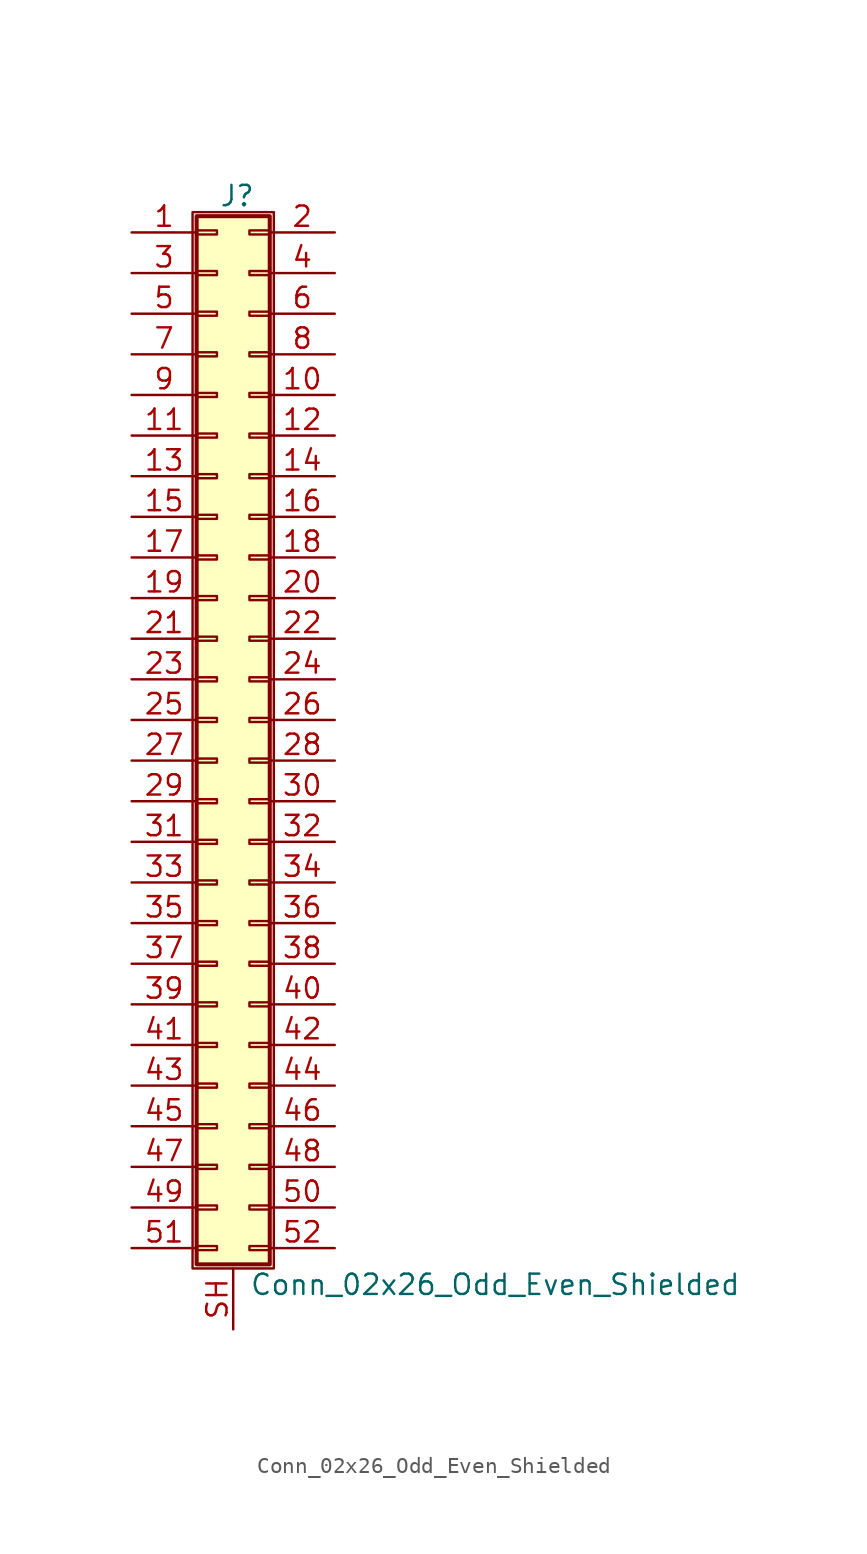
<source format=kicad_sym>
(kicad_symbol_lib
  (version 20220914)
  (generator kicad_symbol_editor)
  (symbol "Conn_02x26_Odd_Even_Shielded"
    (pin_names
      (offset 1.016) hide)
    (property "Reference" "J"
      (at 1.524 32.766 0)
      (effects (font (size 1.27 1.27))))
    (property "Value" "Conn_02x26_Odd_Even_Shielded"
      (at 2.286 -35.306 0)
      (effects (font (size 1.27 1.27)) (justify left)))
    (symbol "Conn_02x26_Odd_Even_Shielded_1_1"
      (rectangle (start -1.27 31.75) (end 3.81 -34.29) (stroke (width 0.152) (type default)) (fill (type none)))
      (rectangle (start -1.016 -32.893) (end 0.254 -33.147) (stroke (width 0.152) (type default)) (fill (type none)))
      (rectangle (start -1.016 -30.353) (end 0.254 -30.607) (stroke (width 0.152) (type default)) (fill (type none)))
      (rectangle (start -1.016 -27.813) (end 0.254 -28.067) (stroke (width 0.152) (type default)) (fill (type none)))
      (rectangle (start -1.016 -25.273) (end 0.254 -25.527) (stroke (width 0.152) (type default)) (fill (type none)))
      (rectangle (start -1.016 -22.733) (end 0.254 -22.987) (stroke (width 0.152) (type default)) (fill (type none)))
      (rectangle (start -1.016 -20.193) (end 0.254 -20.447) (stroke (width 0.152) (type default)) (fill (type none)))
      (rectangle (start -1.016 -17.653) (end 0.254 -17.907) (stroke (width 0.152) (type default)) (fill (type none)))
      (rectangle (start -1.016 -15.113) (end 0.254 -15.367) (stroke (width 0.152) (type default)) (fill (type none)))
      (rectangle (start -1.016 -12.573) (end 0.254 -12.827) (stroke (width 0.152) (type default)) (fill (type none)))
      (rectangle (start -1.016 -10.033) (end 0.254 -10.287) (stroke (width 0.152) (type default)) (fill (type none)))
      (rectangle (start -1.016 -7.493) (end 0.254 -7.747) (stroke (width 0.152) (type default)) (fill (type none)))
      (rectangle (start -1.016 -4.953) (end 0.254 -5.207) (stroke (width 0.152) (type default)) (fill (type none)))
      (rectangle (start -1.016 -2.413) (end 0.254 -2.667) (stroke (width 0.152) (type default)) (fill (type none)))
      (rectangle (start -1.016 0.127) (end 0.254 -0.127) (stroke (width 0.152) (type default)) (fill (type none)))
      (rectangle (start -1.016 2.667) (end 0.254 2.413) (stroke (width 0.152) (type default)) (fill (type none)))
      (rectangle (start -1.016 5.207) (end 0.254 4.953) (stroke (width 0.152) (type default)) (fill (type none)))
      (rectangle (start -1.016 7.747) (end 0.254 7.493) (stroke (width 0.152) (type default)) (fill (type none)))
      (rectangle (start -1.016 10.287) (end 0.254 10.033) (stroke (width 0.152) (type default)) (fill (type none)))
      (rectangle (start -1.016 12.827) (end 0.254 12.573) (stroke (width 0.152) (type default)) (fill (type none)))
      (rectangle (start -1.016 15.367) (end 0.254 15.113) (stroke (width 0.152) (type default)) (fill (type none)))
      (rectangle (start -1.016 17.907) (end 0.254 17.653) (stroke (width 0.152) (type default)) (fill (type none)))
      (rectangle (start -1.016 20.447) (end 0.254 20.193) (stroke (width 0.152) (type default)) (fill (type none)))
      (rectangle (start -1.016 22.987) (end 0.254 22.733) (stroke (width 0.152) (type default)) (fill (type none)))
      (rectangle (start -1.016 25.527) (end 0.254 25.273) (stroke (width 0.152) (type default)) (fill (type none)))
      (rectangle (start -1.016 28.067) (end 0.254 27.813) (stroke (width 0.152) (type default)) (fill (type none)))
      (rectangle (start -1.016 30.607) (end 0.254 30.353) (stroke (width 0.152) (type default)) (fill (type none)))
      (rectangle (start -1.016 31.496) (end 3.556 -34.036) (stroke (width 0.254) (type default)) (fill (type background)))
      (rectangle (start 3.556 -32.893) (end 2.286 -33.147) (stroke (width 0.152) (type default)) (fill (type none)))
      (rectangle (start 3.556 -30.353) (end 2.286 -30.607) (stroke (width 0.152) (type default)) (fill (type none)))
      (rectangle (start 3.556 -27.813) (end 2.286 -28.067) (stroke (width 0.152) (type default)) (fill (type none)))
      (rectangle (start 3.556 -25.273) (end 2.286 -25.527) (stroke (width 0.152) (type default)) (fill (type none)))
      (rectangle (start 3.556 -22.733) (end 2.286 -22.987) (stroke (width 0.152) (type default)) (fill (type none)))
      (rectangle (start 3.556 -20.193) (end 2.286 -20.447) (stroke (width 0.152) (type default)) (fill (type none)))
      (rectangle (start 3.556 -17.653) (end 2.286 -17.907) (stroke (width 0.152) (type default)) (fill (type none)))
      (rectangle (start 3.556 -15.113) (end 2.286 -15.367) (stroke (width 0.152) (type default)) (fill (type none)))
      (rectangle (start 3.556 -12.573) (end 2.286 -12.827) (stroke (width 0.152) (type default)) (fill (type none)))
      (rectangle (start 3.556 -10.033) (end 2.286 -10.287) (stroke (width 0.152) (type default)) (fill (type none)))
      (rectangle (start 3.556 -7.493) (end 2.286 -7.747) (stroke (width 0.152) (type default)) (fill (type none)))
      (rectangle (start 3.556 -4.953) (end 2.286 -5.207) (stroke (width 0.152) (type default)) (fill (type none)))
      (rectangle (start 3.556 -2.413) (end 2.286 -2.667) (stroke (width 0.152) (type default)) (fill (type none)))
      (rectangle (start 3.556 0.127) (end 2.286 -0.127) (stroke (width 0.152) (type default)) (fill (type none)))
      (rectangle (start 3.556 2.667) (end 2.286 2.413) (stroke (width 0.152) (type default)) (fill (type none)))
      (rectangle (start 3.556 5.207) (end 2.286 4.953) (stroke (width 0.152) (type default)) (fill (type none)))
      (rectangle (start 3.556 7.747) (end 2.286 7.493) (stroke (width 0.152) (type default)) (fill (type none)))
      (rectangle (start 3.556 10.287) (end 2.286 10.033) (stroke (width 0.152) (type default)) (fill (type none)))
      (rectangle (start 3.556 12.827) (end 2.286 12.573) (stroke (width 0.152) (type default)) (fill (type none)))
      (rectangle (start 3.556 15.367) (end 2.286 15.113) (stroke (width 0.152) (type default)) (fill (type none)))
      (rectangle (start 3.556 17.907) (end 2.286 17.653) (stroke (width 0.152) (type default)) (fill (type none)))
      (rectangle (start 3.556 20.447) (end 2.286 20.193) (stroke (width 0.152) (type default)) (fill (type none)))
      (rectangle (start 3.556 22.987) (end 2.286 22.733) (stroke (width 0.152) (type default)) (fill (type none)))
      (rectangle (start 3.556 25.527) (end 2.286 25.273) (stroke (width 0.152) (type default)) (fill (type none)))
      (rectangle (start 3.556 28.067) (end 2.286 27.813) (stroke (width 0.152) (type default)) (fill (type none)))
      (rectangle (start 3.556 30.607) (end 2.286 30.353) (stroke (width 0.152) (type default)) (fill (type none)))
      (pin passive line (at -5.08 30.48 0) (length 4.064) (name "Pin_1" (effects (font (size 1.27 1.27)))) (number "1" (effects (font (size 1.27 1.27)))))
      (pin passive line (at 7.62 20.32 180) (length 4.064) (name "Pin_10" (effects (font (size 1.27 1.27)))) (number "10" (effects (font (size 1.27 1.27)))))
      (pin passive line (at -5.08 17.78 0) (length 4.064) (name "Pin_11" (effects (font (size 1.27 1.27)))) (number "11" (effects (font (size 1.27 1.27)))))
      (pin passive line (at 7.62 17.78 180) (length 4.064) (name "Pin_12" (effects (font (size 1.27 1.27)))) (number "12" (effects (font (size 1.27 1.27)))))
      (pin passive line (at -5.08 15.24 0) (length 4.064) (name "Pin_13" (effects (font (size 1.27 1.27)))) (number "13" (effects (font (size 1.27 1.27)))))
      (pin passive line (at 7.62 15.24 180) (length 4.064) (name "Pin_14" (effects (font (size 1.27 1.27)))) (number "14" (effects (font (size 1.27 1.27)))))
      (pin passive line (at -5.08 12.7 0) (length 4.064) (name "Pin_15" (effects (font (size 1.27 1.27)))) (number "15" (effects (font (size 1.27 1.27)))))
      (pin passive line (at 7.62 12.7 180) (length 4.064) (name "Pin_16" (effects (font (size 1.27 1.27)))) (number "16" (effects (font (size 1.27 1.27)))))
      (pin passive line (at -5.08 10.16 0) (length 4.064) (name "Pin_17" (effects (font (size 1.27 1.27)))) (number "17" (effects (font (size 1.27 1.27)))))
      (pin passive line (at 7.62 10.16 180) (length 4.064) (name "Pin_18" (effects (font (size 1.27 1.27)))) (number "18" (effects (font (size 1.27 1.27)))))
      (pin passive line (at -5.08 7.62 0) (length 4.064) (name "Pin_19" (effects (font (size 1.27 1.27)))) (number "19" (effects (font (size 1.27 1.27)))))
      (pin passive line (at 7.62 30.48 180) (length 4.064) (name "Pin_2" (effects (font (size 1.27 1.27)))) (number "2" (effects (font (size 1.27 1.27)))))
      (pin passive line (at 7.62 7.62 180) (length 4.064) (name "Pin_20" (effects (font (size 1.27 1.27)))) (number "20" (effects (font (size 1.27 1.27)))))
      (pin passive line (at -5.08 5.08 0) (length 4.064) (name "Pin_21" (effects (font (size 1.27 1.27)))) (number "21" (effects (font (size 1.27 1.27)))))
      (pin passive line (at 7.62 5.08 180) (length 4.064) (name "Pin_22" (effects (font (size 1.27 1.27)))) (number "22" (effects (font (size 1.27 1.27)))))
      (pin passive line (at -5.08 2.54 0) (length 4.064) (name "Pin_23" (effects (font (size 1.27 1.27)))) (number "23" (effects (font (size 1.27 1.27)))))
      (pin passive line (at 7.62 2.54 180) (length 4.064) (name "Pin_24" (effects (font (size 1.27 1.27)))) (number "24" (effects (font (size 1.27 1.27)))))
      (pin passive line (at -5.08 0 0) (length 4.064) (name "Pin_25" (effects (font (size 1.27 1.27)))) (number "25" (effects (font (size 1.27 1.27)))))
      (pin passive line (at 7.62 0 180) (length 4.064) (name "Pin_26" (effects (font (size 1.27 1.27)))) (number "26" (effects (font (size 1.27 1.27)))))
      (pin passive line (at -5.08 -2.54 0) (length 4.064) (name "Pin_27" (effects (font (size 1.27 1.27)))) (number "27" (effects (font (size 1.27 1.27)))))
      (pin passive line (at 7.62 -2.54 180) (length 4.064) (name "Pin_28" (effects (font (size 1.27 1.27)))) (number "28" (effects (font (size 1.27 1.27)))))
      (pin passive line (at -5.08 -5.08 0) (length 4.064) (name "Pin_29" (effects (font (size 1.27 1.27)))) (number "29" (effects (font (size 1.27 1.27)))))
      (pin passive line (at -5.08 27.94 0) (length 4.064) (name "Pin_3" (effects (font (size 1.27 1.27)))) (number "3" (effects (font (size 1.27 1.27)))))
      (pin passive line (at 7.62 -5.08 180) (length 4.064) (name "Pin_30" (effects (font (size 1.27 1.27)))) (number "30" (effects (font (size 1.27 1.27)))))
      (pin passive line (at -5.08 -7.62 0) (length 4.064) (name "Pin_31" (effects (font (size 1.27 1.27)))) (number "31" (effects (font (size 1.27 1.27)))))
      (pin passive line (at 7.62 -7.62 180) (length 4.064) (name "Pin_32" (effects (font (size 1.27 1.27)))) (number "32" (effects (font (size 1.27 1.27)))))
      (pin passive line (at -5.08 -10.16 0) (length 4.064) (name "Pin_33" (effects (font (size 1.27 1.27)))) (number "33" (effects (font (size 1.27 1.27)))))
      (pin passive line (at 7.62 -10.16 180) (length 4.064) (name "Pin_34" (effects (font (size 1.27 1.27)))) (number "34" (effects (font (size 1.27 1.27)))))
      (pin passive line (at -5.08 -12.7 0) (length 4.064) (name "Pin_35" (effects (font (size 1.27 1.27)))) (number "35" (effects (font (size 1.27 1.27)))))
      (pin passive line (at 7.62 -12.7 180) (length 4.064) (name "Pin_36" (effects (font (size 1.27 1.27)))) (number "36" (effects (font (size 1.27 1.27)))))
      (pin passive line (at -5.08 -15.24 0) (length 4.064) (name "Pin_37" (effects (font (size 1.27 1.27)))) (number "37" (effects (font (size 1.27 1.27)))))
      (pin passive line (at 7.62 -15.24 180) (length 4.064) (name "Pin_38" (effects (font (size 1.27 1.27)))) (number "38" (effects (font (size 1.27 1.27)))))
      (pin passive line (at -5.08 -17.78 0) (length 4.064) (name "Pin_39" (effects (font (size 1.27 1.27)))) (number "39" (effects (font (size 1.27 1.27)))))
      (pin passive line (at 7.62 27.94 180) (length 4.064) (name "Pin_4" (effects (font (size 1.27 1.27)))) (number "4" (effects (font (size 1.27 1.27)))))
      (pin passive line (at 7.62 -17.78 180) (length 4.064) (name "Pin_40" (effects (font (size 1.27 1.27)))) (number "40" (effects (font (size 1.27 1.27)))))
      (pin passive line (at -5.08 -20.32 0) (length 4.064) (name "Pin_41" (effects (font (size 1.27 1.27)))) (number "41" (effects (font (size 1.27 1.27)))))
      (pin passive line (at 7.62 -20.32 180) (length 4.064) (name "Pin_42" (effects (font (size 1.27 1.27)))) (number "42" (effects (font (size 1.27 1.27)))))
      (pin passive line (at -5.08 -22.86 0) (length 4.064) (name "Pin_43" (effects (font (size 1.27 1.27)))) (number "43" (effects (font (size 1.27 1.27)))))
      (pin passive line (at 7.62 -22.86 180) (length 4.064) (name "Pin_44" (effects (font (size 1.27 1.27)))) (number "44" (effects (font (size 1.27 1.27)))))
      (pin passive line (at -5.08 -25.4 0) (length 4.064) (name "Pin_45" (effects (font (size 1.27 1.27)))) (number "45" (effects (font (size 1.27 1.27)))))
      (pin passive line (at 7.62 -25.4 180) (length 4.064) (name "Pin_46" (effects (font (size 1.27 1.27)))) (number "46" (effects (font (size 1.27 1.27)))))
      (pin passive line (at -5.08 -27.94 0) (length 4.064) (name "Pin_47" (effects (font (size 1.27 1.27)))) (number "47" (effects (font (size 1.27 1.27)))))
      (pin passive line (at 7.62 -27.94 180) (length 4.064) (name "Pin_48" (effects (font (size 1.27 1.27)))) (number "48" (effects (font (size 1.27 1.27)))))
      (pin passive line (at -5.08 -30.48 0) (length 4.064) (name "Pin_49" (effects (font (size 1.27 1.27)))) (number "49" (effects (font (size 1.27 1.27)))))
      (pin passive line (at -5.08 25.4 0) (length 4.064) (name "Pin_5" (effects (font (size 1.27 1.27)))) (number "5" (effects (font (size 1.27 1.27)))))
      (pin passive line (at 7.62 -30.48 180) (length 4.064) (name "Pin_50" (effects (font (size 1.27 1.27)))) (number "50" (effects (font (size 1.27 1.27)))))
      (pin passive line (at -5.08 -33.02 0) (length 4.064) (name "Pin_51" (effects (font (size 1.27 1.27)))) (number "51" (effects (font (size 1.27 1.27)))))
      (pin passive line (at 7.62 -33.02 180) (length 4.064) (name "Pin_52" (effects (font (size 1.27 1.27)))) (number "52" (effects (font (size 1.27 1.27)))))
      (pin passive line (at 7.62 25.4 180) (length 4.064) (name "Pin_6" (effects (font (size 1.27 1.27)))) (number "6" (effects (font (size 1.27 1.27)))))
      (pin passive line (at -5.08 22.86 0) (length 4.064) (name "Pin_7" (effects (font (size 1.27 1.27)))) (number "7" (effects (font (size 1.27 1.27)))))
      (pin passive line (at 7.62 22.86 180) (length 4.064) (name "Pin_8" (effects (font (size 1.27 1.27)))) (number "8" (effects (font (size 1.27 1.27)))))
      (pin passive line (at -5.08 20.32 0) (length 4.064) (name "Pin_9" (effects (font (size 1.27 1.27)))) (number "9" (effects (font (size 1.27 1.27)))))
      (pin passive line (at 1.27 -38.1 90) (length 3.81) (name "Shield" (effects (font (size 1.27 1.27)))) (number "SH" (effects (font (size 1.27 1.27))))))))
</source>
